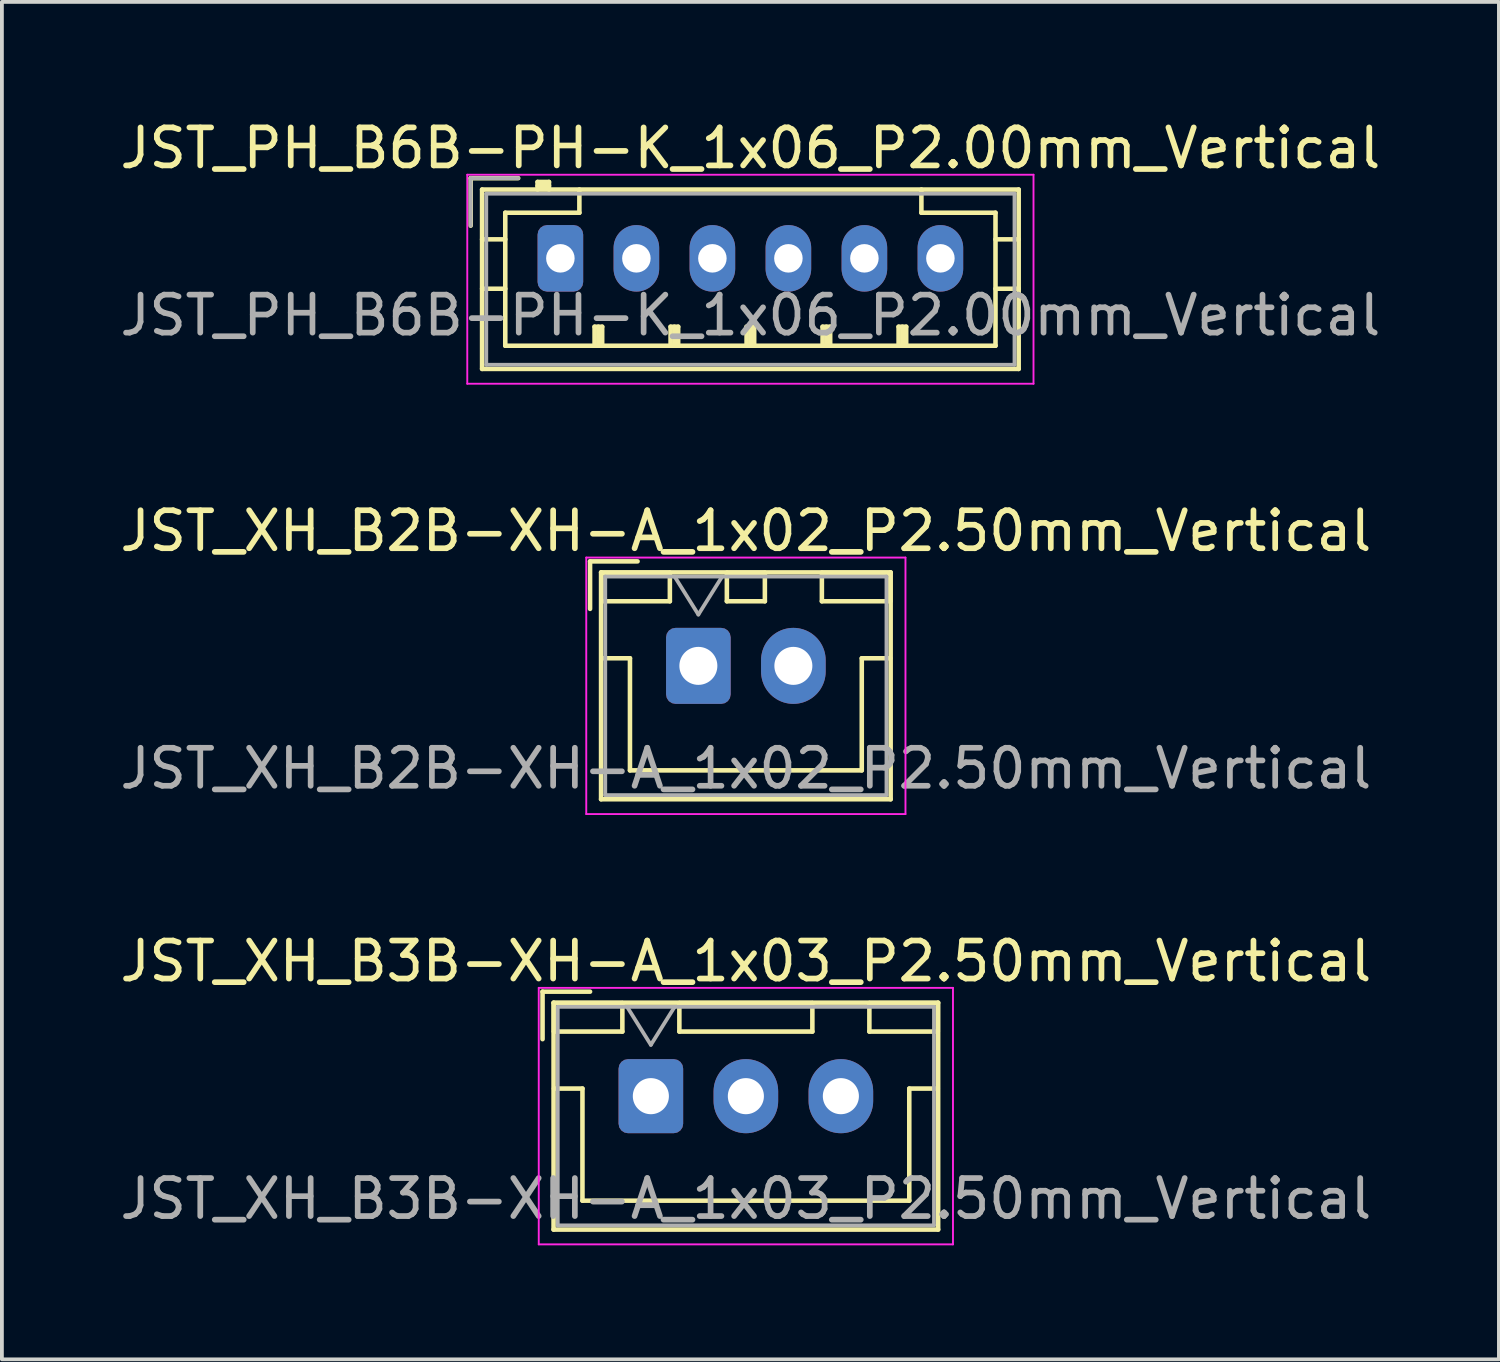
<source format=kicad_pcb>
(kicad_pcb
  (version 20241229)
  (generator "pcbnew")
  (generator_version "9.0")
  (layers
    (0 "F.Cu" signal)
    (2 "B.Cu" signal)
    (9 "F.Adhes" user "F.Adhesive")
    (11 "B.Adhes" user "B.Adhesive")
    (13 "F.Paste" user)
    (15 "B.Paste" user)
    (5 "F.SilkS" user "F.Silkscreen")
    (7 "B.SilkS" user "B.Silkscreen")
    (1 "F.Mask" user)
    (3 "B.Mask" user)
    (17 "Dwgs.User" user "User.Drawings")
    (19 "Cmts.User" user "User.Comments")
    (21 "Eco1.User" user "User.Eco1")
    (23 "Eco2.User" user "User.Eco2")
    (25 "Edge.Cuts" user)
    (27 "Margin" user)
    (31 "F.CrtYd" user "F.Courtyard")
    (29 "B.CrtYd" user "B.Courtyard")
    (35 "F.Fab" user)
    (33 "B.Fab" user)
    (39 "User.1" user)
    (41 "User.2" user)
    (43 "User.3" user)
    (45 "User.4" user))
  (footprint "JST_PH_B6B-PH-K_1x06_P2.00mm_Vertical"
    (layer "F.Cu")
    (at 16.696 3.748)
    (property "Reference" "JST_PH_B6B-PH-K_1x06_P2.00mm_Vertical" (at 0 -2.9 0) (layer "F.SilkS") (effects (font (size 1 1) (thickness 0.15))))
    (attr through_hole)
    (fp_line (start -7.36 -2.11) (end -7.36 -0.86) (stroke (width 0.12) (type solid)) (layer "F.SilkS"))
    (fp_line (start -7.06 -1.81) (end -7.06 2.91) (stroke (width 0.12) (type solid)) (layer "F.SilkS"))
    (fp_line (start -7.06 -0.5) (end -6.45 -0.5) (stroke (width 0.12) (type solid)) (layer "F.SilkS"))
    (fp_line (start -7.06 0.8) (end -6.45 0.8) (stroke (width 0.12) (type solid)) (layer "F.SilkS"))
    (fp_line (start -7.06 2.91) (end 7.06 2.91) (stroke (width 0.12) (type solid)) (layer "F.SilkS"))
    (fp_line (start -6.45 -1.2) (end -6.45 2.3) (stroke (width 0.12) (type solid)) (layer "F.SilkS"))
    (fp_line (start -6.45 2.3) (end 6.45 2.3) (stroke (width 0.12) (type solid)) (layer "F.SilkS"))
    (fp_line (start -6.11 -2.11) (end -7.36 -2.11) (stroke (width 0.12) (type solid)) (layer "F.SilkS"))
    (fp_line (start -5.6 -2.01) (end -5.6 -1.81) (stroke (width 0.12) (type solid)) (layer "F.SilkS"))
    (fp_line (start -5.3 -2.01) (end -5.6 -2.01) (stroke (width 0.12) (type solid)) (layer "F.SilkS"))
    (fp_line (start -5.3 -1.91) (end -5.6 -1.91) (stroke (width 0.12) (type solid)) (layer "F.SilkS"))
    (fp_line (start -5.3 -1.81) (end -5.3 -2.01) (stroke (width 0.12) (type solid)) (layer "F.SilkS"))
    (fp_line (start -4.5 -1.81) (end -4.5 -1.2) (stroke (width 0.12) (type solid)) (layer "F.SilkS"))
    (fp_line (start -4.5 -1.2) (end -6.45 -1.2) (stroke (width 0.12) (type solid)) (layer "F.SilkS"))
    (fp_line (start -4.1 1.8) (end -3.9 1.8) (stroke (width 0.12) (type solid)) (layer "F.SilkS"))
    (fp_line (start -4.1 2.3) (end -4.1 1.8) (stroke (width 0.12) (type solid)) (layer "F.SilkS"))
    (fp_line (start -4 2.3) (end -4 1.8) (stroke (width 0.12) (type solid)) (layer "F.SilkS"))
    (fp_line (start -3.9 1.8) (end -3.9 2.3) (stroke (width 0.12) (type solid)) (layer "F.SilkS"))
    (fp_line (start -2.1 1.8) (end -1.9 1.8) (stroke (width 0.12) (type solid)) (layer "F.SilkS"))
    (fp_line (start -2.1 2.3) (end -2.1 1.8) (stroke (width 0.12) (type solid)) (layer "F.SilkS"))
    (fp_line (start -2 2.3) (end -2 1.8) (stroke (width 0.12) (type solid)) (layer "F.SilkS"))
    (fp_line (start -1.9 1.8) (end -1.9 2.3) (stroke (width 0.12) (type solid)) (layer "F.SilkS"))
    (fp_line (start -0.1 1.8) (end 0.1 1.8) (stroke (width 0.12) (type solid)) (layer "F.SilkS"))
    (fp_line (start -0.1 2.3) (end -0.1 1.8) (stroke (width 0.12) (type solid)) (layer "F.SilkS"))
    (fp_line (start 0 2.3) (end 0 1.8) (stroke (width 0.12) (type solid)) (layer "F.SilkS"))
    (fp_line (start 0.1 1.8) (end 0.1 2.3) (stroke (width 0.12) (type solid)) (layer "F.SilkS"))
    (fp_line (start 1.9 1.8) (end 2.1 1.8) (stroke (width 0.12) (type solid)) (layer "F.SilkS"))
    (fp_line (start 1.9 2.3) (end 1.9 1.8) (stroke (width 0.12) (type solid)) (layer "F.SilkS"))
    (fp_line (start 2 2.3) (end 2 1.8) (stroke (width 0.12) (type solid)) (layer "F.SilkS"))
    (fp_line (start 2.1 1.8) (end 2.1 2.3) (stroke (width 0.12) (type solid)) (layer "F.SilkS"))
    (fp_line (start 3.9 1.8) (end 4.1 1.8) (stroke (width 0.12) (type solid)) (layer "F.SilkS"))
    (fp_line (start 3.9 2.3) (end 3.9 1.8) (stroke (width 0.12) (type solid)) (layer "F.SilkS"))
    (fp_line (start 4 2.3) (end 4 1.8) (stroke (width 0.12) (type solid)) (layer "F.SilkS"))
    (fp_line (start 4.1 1.8) (end 4.1 2.3) (stroke (width 0.12) (type solid)) (layer "F.SilkS"))
    (fp_line (start 4.5 -1.2) (end 4.5 -1.81) (stroke (width 0.12) (type solid)) (layer "F.SilkS"))
    (fp_line (start 6.45 -1.2) (end 4.5 -1.2) (stroke (width 0.12) (type solid)) (layer "F.SilkS"))
    (fp_line (start 6.45 2.3) (end 6.45 -1.2) (stroke (width 0.12) (type solid)) (layer "F.SilkS"))
    (fp_line (start 7.06 -1.81) (end -7.06 -1.81) (stroke (width 0.12) (type solid)) (layer "F.SilkS"))
    (fp_line (start 7.06 -0.5) (end 6.45 -0.5) (stroke (width 0.12) (type solid)) (layer "F.SilkS"))
    (fp_line (start 7.06 0.8) (end 6.45 0.8) (stroke (width 0.12) (type solid)) (layer "F.SilkS"))
    (fp_line (start 7.06 2.91) (end 7.06 -1.81) (stroke (width 0.12) (type solid)) (layer "F.SilkS"))
    (fp_line (start -7.45 -2.2) (end -7.45 3.3) (stroke (width 0.05) (type solid)) (layer "F.CrtYd"))
    (fp_line (start -7.45 3.3) (end 7.45 3.3) (stroke (width 0.05) (type solid)) (layer "F.CrtYd"))
    (fp_line (start 7.45 -2.2) (end -7.45 -2.2) (stroke (width 0.05) (type solid)) (layer "F.CrtYd"))
    (fp_line (start 7.45 3.3) (end 7.45 -2.2) (stroke (width 0.05) (type solid)) (layer "F.CrtYd"))
    (fp_line (start -7.36 -2.11) (end -7.36 -0.86) (stroke (width 0.1) (type solid)) (layer "F.Fab"))
    (fp_line (start -6.95 -1.7) (end -6.95 2.8) (stroke (width 0.1) (type solid)) (layer "F.Fab"))
    (fp_line (start -6.95 2.8) (end 6.95 2.8) (stroke (width 0.1) (type solid)) (layer "F.Fab"))
    (fp_line (start -6.11 -2.11) (end -7.36 -2.11) (stroke (width 0.1) (type solid)) (layer "F.Fab"))
    (fp_line (start 6.95 -1.7) (end -6.95 -1.7) (stroke (width 0.1) (type solid)) (layer "F.Fab"))
    (fp_line (start 6.95 2.8) (end 6.95 -1.7) (stroke (width 0.1) (type solid)) (layer "F.Fab"))
    (fp_text user "${REFERENCE}" (at 0 1.5 0) (layer "F.Fab") (effects (font (size 1 1) (thickness 0.15))))
    (pad "1" thru_hole roundrect (at -5 0) (size 1.2 1.75) (drill 0.75) (layers "*.Cu" "*.Mask") (roundrect_rratio 0.208))
    (pad "2" thru_hole oval (at -3 0) (size 1.2 1.75) (drill 0.75) (layers "*.Cu" "*.Mask"))
    (pad "3" thru_hole oval (at -1 0) (size 1.2 1.75) (drill 0.75) (layers "*.Cu" "*.Mask"))
    (pad "4" thru_hole oval (at 1 0) (size 1.2 1.75) (drill 0.75) (layers "*.Cu" "*.Mask"))
    (pad "5" thru_hole oval (at 3 0) (size 1.2 1.75) (drill 0.75) (layers "*.Cu" "*.Mask"))
    (pad "6" thru_hole oval (at 5 0) (size 1.2 1.75) (drill 0.75) (layers "*.Cu" "*.Mask")))
  (footprint "JST_XH_B2B-XH-A_1x02_P2.50mm_Vertical"
    (layer "F.Cu")
    (at 16.577 14.472)
    (property "Reference" "JST_XH_B2B-XH-A_1x02_P2.50mm_Vertical" (at 0 -3.55 0) (layer "F.SilkS") (effects (font (size 1 1) (thickness 0.15))))
    (attr through_hole)
    (fp_line (start -4.1 -2.75) (end -4.1 -1.5) (stroke (width 0.12) (type solid)) (layer "F.SilkS"))
    (fp_line (start -3.81 -2.46) (end -3.81 3.51) (stroke (width 0.12) (type solid)) (layer "F.SilkS"))
    (fp_line (start -3.81 3.51) (end 3.81 3.51) (stroke (width 0.12) (type solid)) (layer "F.SilkS"))
    (fp_line (start -3.8 -2.45) (end -3.8 -1.7) (stroke (width 0.12) (type solid)) (layer "F.SilkS"))
    (fp_line (start -3.8 -1.7) (end -2 -1.7) (stroke (width 0.12) (type solid)) (layer "F.SilkS"))
    (fp_line (start -3.8 -0.2) (end -3.05 -0.2) (stroke (width 0.12) (type solid)) (layer "F.SilkS"))
    (fp_line (start -3.05 -0.2) (end -3.05 2.75) (stroke (width 0.12) (type solid)) (layer "F.SilkS"))
    (fp_line (start -3.05 2.75) (end 0 2.75) (stroke (width 0.12) (type solid)) (layer "F.SilkS"))
    (fp_line (start -2.85 -2.75) (end -4.1 -2.75) (stroke (width 0.12) (type solid)) (layer "F.SilkS"))
    (fp_line (start -2 -2.45) (end -3.8 -2.45) (stroke (width 0.12) (type solid)) (layer "F.SilkS"))
    (fp_line (start -2 -1.7) (end -2 -2.45) (stroke (width 0.12) (type solid)) (layer "F.SilkS"))
    (fp_line (start -0.5 -2.45) (end -0.5 -1.7) (stroke (width 0.12) (type solid)) (layer "F.SilkS"))
    (fp_line (start -0.5 -1.7) (end 0.5 -1.7) (stroke (width 0.12) (type solid)) (layer "F.SilkS"))
    (fp_line (start 0.5 -2.45) (end -0.5 -2.45) (stroke (width 0.12) (type solid)) (layer "F.SilkS"))
    (fp_line (start 0.5 -1.7) (end 0.5 -2.45) (stroke (width 0.12) (type solid)) (layer "F.SilkS"))
    (fp_line (start 2 -2.45) (end 2 -1.7) (stroke (width 0.12) (type solid)) (layer "F.SilkS"))
    (fp_line (start 2 -1.7) (end 3.8 -1.7) (stroke (width 0.12) (type solid)) (layer "F.SilkS"))
    (fp_line (start 3.05 -0.2) (end 3.05 2.75) (stroke (width 0.12) (type solid)) (layer "F.SilkS"))
    (fp_line (start 3.05 2.75) (end 0 2.75) (stroke (width 0.12) (type solid)) (layer "F.SilkS"))
    (fp_line (start 3.8 -2.45) (end 2 -2.45) (stroke (width 0.12) (type solid)) (layer "F.SilkS"))
    (fp_line (start 3.8 -1.7) (end 3.8 -2.45) (stroke (width 0.12) (type solid)) (layer "F.SilkS"))
    (fp_line (start 3.8 -0.2) (end 3.05 -0.2) (stroke (width 0.12) (type solid)) (layer "F.SilkS"))
    (fp_line (start 3.81 -2.46) (end -3.81 -2.46) (stroke (width 0.12) (type solid)) (layer "F.SilkS"))
    (fp_line (start 3.81 3.51) (end 3.81 -2.46) (stroke (width 0.12) (type solid)) (layer "F.SilkS"))
    (fp_line (start -4.2 -2.85) (end -4.2 3.9) (stroke (width 0.05) (type solid)) (layer "F.CrtYd"))
    (fp_line (start -4.2 3.9) (end 4.2 3.9) (stroke (width 0.05) (type solid)) (layer "F.CrtYd"))
    (fp_line (start 4.2 -2.85) (end -4.2 -2.85) (stroke (width 0.05) (type solid)) (layer "F.CrtYd"))
    (fp_line (start 4.2 3.9) (end 4.2 -2.85) (stroke (width 0.05) (type solid)) (layer "F.CrtYd"))
    (fp_line (start -3.7 -2.35) (end -3.7 3.4) (stroke (width 0.1) (type solid)) (layer "F.Fab"))
    (fp_line (start -3.7 3.4) (end 3.7 3.4) (stroke (width 0.1) (type solid)) (layer "F.Fab"))
    (fp_line (start -1.875 -2.35) (end -1.25 -1.35) (stroke (width 0.1) (type solid)) (layer "F.Fab"))
    (fp_line (start -1.25 -1.35) (end -0.625 -2.35) (stroke (width 0.1) (type solid)) (layer "F.Fab"))
    (fp_line (start 3.7 -2.35) (end -3.7 -2.35) (stroke (width 0.1) (type solid)) (layer "F.Fab"))
    (fp_line (start 3.7 3.4) (end 3.7 -2.35) (stroke (width 0.1) (type solid)) (layer "F.Fab"))
    (fp_text user "${REFERENCE}" (at 0 2.7 0) (layer "F.Fab") (effects (font (size 1 1) (thickness 0.15))))
    (pad "1" thru_hole roundrect (at -1.25 0) (size 1.7 2) (drill 1) (layers "*.Cu" "*.Mask") (roundrect_rratio 0.147))
    (pad "2" thru_hole oval (at 1.25 0) (size 1.7 2) (drill 1) (layers "*.Cu" "*.Mask")))
  (footprint "JST_XH_B3B-XH-A_1x03_P2.50mm_Vertical"
    (layer "F.Cu")
    (at 16.577 25.795)
    (property "Reference" "JST_XH_B3B-XH-A_1x03_P2.50mm_Vertical" (at 0 -3.55 0) (layer "F.SilkS") (effects (font (size 1 1) (thickness 0.15))))
    (attr through_hole)
    (fp_line (start -5.35 -2.75) (end -5.35 -1.5) (stroke (width 0.12) (type solid)) (layer "F.SilkS"))
    (fp_line (start -5.06 -2.46) (end -5.06 3.51) (stroke (width 0.12) (type solid)) (layer "F.SilkS"))
    (fp_line (start -5.06 3.51) (end 5.06 3.51) (stroke (width 0.12) (type solid)) (layer "F.SilkS"))
    (fp_line (start -5.05 -2.45) (end -5.05 -1.7) (stroke (width 0.12) (type solid)) (layer "F.SilkS"))
    (fp_line (start -5.05 -1.7) (end -3.25 -1.7) (stroke (width 0.12) (type solid)) (layer "F.SilkS"))
    (fp_line (start -5.05 -0.2) (end -4.3 -0.2) (stroke (width 0.12) (type solid)) (layer "F.SilkS"))
    (fp_line (start -4.3 -0.2) (end -4.3 2.75) (stroke (width 0.12) (type solid)) (layer "F.SilkS"))
    (fp_line (start -4.3 2.75) (end 0 2.75) (stroke (width 0.12) (type solid)) (layer "F.SilkS"))
    (fp_line (start -4.1 -2.75) (end -5.35 -2.75) (stroke (width 0.12) (type solid)) (layer "F.SilkS"))
    (fp_line (start -3.25 -2.45) (end -5.05 -2.45) (stroke (width 0.12) (type solid)) (layer "F.SilkS"))
    (fp_line (start -3.25 -1.7) (end -3.25 -2.45) (stroke (width 0.12) (type solid)) (layer "F.SilkS"))
    (fp_line (start -1.75 -2.45) (end -1.75 -1.7) (stroke (width 0.12) (type solid)) (layer "F.SilkS"))
    (fp_line (start -1.75 -1.7) (end 1.75 -1.7) (stroke (width 0.12) (type solid)) (layer "F.SilkS"))
    (fp_line (start 1.75 -2.45) (end -1.75 -2.45) (stroke (width 0.12) (type solid)) (layer "F.SilkS"))
    (fp_line (start 1.75 -1.7) (end 1.75 -2.45) (stroke (width 0.12) (type solid)) (layer "F.SilkS"))
    (fp_line (start 3.25 -2.45) (end 3.25 -1.7) (stroke (width 0.12) (type solid)) (layer "F.SilkS"))
    (fp_line (start 3.25 -1.7) (end 5.05 -1.7) (stroke (width 0.12) (type solid)) (layer "F.SilkS"))
    (fp_line (start 4.3 -0.2) (end 4.3 2.75) (stroke (width 0.12) (type solid)) (layer "F.SilkS"))
    (fp_line (start 4.3 2.75) (end 0 2.75) (stroke (width 0.12) (type solid)) (layer "F.SilkS"))
    (fp_line (start 5.05 -2.45) (end 3.25 -2.45) (stroke (width 0.12) (type solid)) (layer "F.SilkS"))
    (fp_line (start 5.05 -1.7) (end 5.05 -2.45) (stroke (width 0.12) (type solid)) (layer "F.SilkS"))
    (fp_line (start 5.05 -0.2) (end 4.3 -0.2) (stroke (width 0.12) (type solid)) (layer "F.SilkS"))
    (fp_line (start 5.06 -2.46) (end -5.06 -2.46) (stroke (width 0.12) (type solid)) (layer "F.SilkS"))
    (fp_line (start 5.06 3.51) (end 5.06 -2.46) (stroke (width 0.12) (type solid)) (layer "F.SilkS"))
    (fp_line (start -5.45 -2.85) (end -5.45 3.9) (stroke (width 0.05) (type solid)) (layer "F.CrtYd"))
    (fp_line (start -5.45 3.9) (end 5.45 3.9) (stroke (width 0.05) (type solid)) (layer "F.CrtYd"))
    (fp_line (start 5.45 -2.85) (end -5.45 -2.85) (stroke (width 0.05) (type solid)) (layer "F.CrtYd"))
    (fp_line (start 5.45 3.9) (end 5.45 -2.85) (stroke (width 0.05) (type solid)) (layer "F.CrtYd"))
    (fp_line (start -4.95 -2.35) (end -4.95 3.4) (stroke (width 0.1) (type solid)) (layer "F.Fab"))
    (fp_line (start -4.95 3.4) (end 4.95 3.4) (stroke (width 0.1) (type solid)) (layer "F.Fab"))
    (fp_line (start -3.125 -2.35) (end -2.5 -1.35) (stroke (width 0.1) (type solid)) (layer "F.Fab"))
    (fp_line (start -2.5 -1.35) (end -1.875 -2.35) (stroke (width 0.1) (type solid)) (layer "F.Fab"))
    (fp_line (start 4.95 -2.35) (end -4.95 -2.35) (stroke (width 0.1) (type solid)) (layer "F.Fab"))
    (fp_line (start 4.95 3.4) (end 4.95 -2.35) (stroke (width 0.1) (type solid)) (layer "F.Fab"))
    (fp_text user "${REFERENCE}" (at 0 2.7 0) (layer "F.Fab") (effects (font (size 1 1) (thickness 0.15))))
    (pad "1" thru_hole roundrect (at -2.5 0) (size 1.7 1.95) (drill 0.95) (layers "*.Cu" "*.Mask") (roundrect_rratio 0.147))
    (pad "2" thru_hole oval (at 0 0) (size 1.7 1.95) (drill 0.95) (layers "*.Cu" "*.Mask"))
    (pad "3" thru_hole oval (at 2.5 0) (size 1.7 1.95) (drill 0.95) (layers "*.Cu" "*.Mask")))
  (gr_rect
    (start -3 -3)
    (end 36.393 32.72)
    (stroke (width 0.1) (type default))
    (fill no)
    (layer "Edge.Cuts")))
</source>
